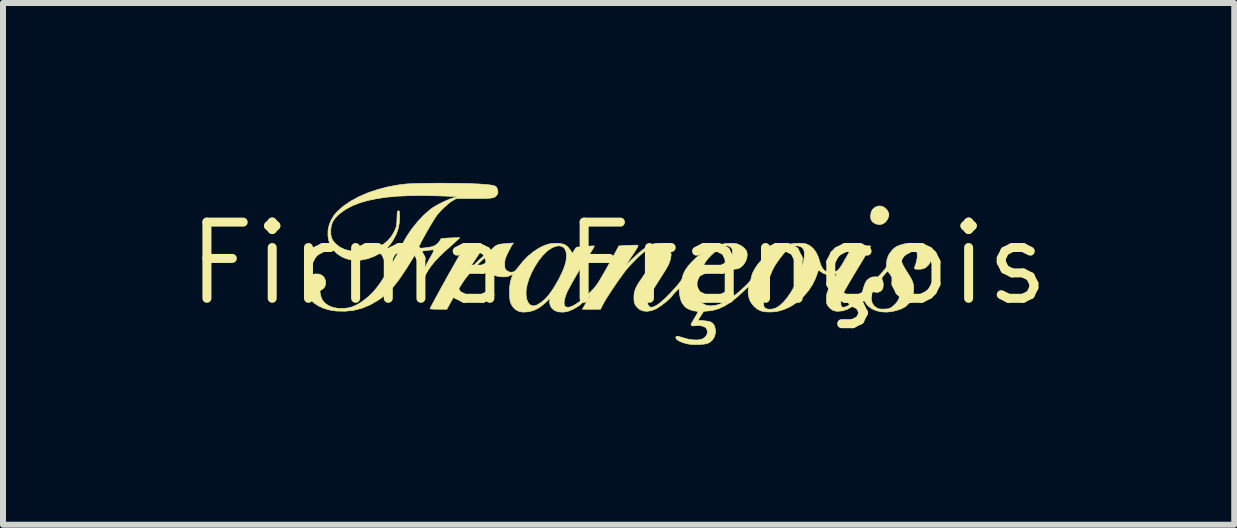
<source format=kicad_pcb>
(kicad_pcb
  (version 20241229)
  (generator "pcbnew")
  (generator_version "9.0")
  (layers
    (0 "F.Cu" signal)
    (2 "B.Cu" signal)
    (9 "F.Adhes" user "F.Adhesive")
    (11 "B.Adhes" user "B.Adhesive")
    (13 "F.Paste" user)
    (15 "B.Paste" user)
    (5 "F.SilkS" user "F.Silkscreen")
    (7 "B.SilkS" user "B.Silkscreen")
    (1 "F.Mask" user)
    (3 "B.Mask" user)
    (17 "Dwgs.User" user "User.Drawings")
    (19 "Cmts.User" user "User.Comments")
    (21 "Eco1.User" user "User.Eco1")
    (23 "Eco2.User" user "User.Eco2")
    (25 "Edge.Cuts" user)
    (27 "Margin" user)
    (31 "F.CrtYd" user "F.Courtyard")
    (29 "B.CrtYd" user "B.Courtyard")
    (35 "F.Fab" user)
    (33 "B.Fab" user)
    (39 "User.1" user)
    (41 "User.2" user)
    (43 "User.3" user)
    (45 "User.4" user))
  (footprint "Firma François"
    (layer "F.Cu")
    (at 7.264 1.344)
    (property "Reference" "Firma François" (at 0 0 0) (layer "F.SilkS") (effects (font (size 1.27 1.27) (thickness 0.15))))
    (attr through_hole)
    (fp_poly (pts (xy 4.388 -0.956) (xy 4.435 -0.933) (xy 4.477 -0.89) (xy 4.484 -0.879) (xy 4.504 -0.841) (xy 4.506 -0.802) (xy 4.493 -0.758) (xy 4.485 -0.741) (xy 4.45 -0.692) (xy 4.406 -0.661) (xy 4.356 -0.649) (xy 4.301 -0.657) (xy 4.28 -0.665) (xy 4.239 -0.69) (xy 4.214 -0.72) (xy 4.203 -0.762) (xy 4.202 -0.795) (xy 4.21 -0.855) (xy 4.235 -0.903) (xy 4.278 -0.939) (xy 4.286 -0.943) (xy 4.337 -0.96) (xy 4.388 -0.956)) (stroke (width 0.01) (type solid)) (fill yes) (layer "F.SilkS"))
    (fp_poly (pts (xy -2.805 -1.338) (xy -2.691 -1.337) (xy -2.583 -1.335) (xy -2.484 -1.333) (xy -2.396 -1.329) (xy -2.322 -1.326) (xy -2.302 -1.324) (xy -2.22 -1.318) (xy -2.156 -1.312) (xy -2.109 -1.305) (xy -2.075 -1.297) (xy -2.051 -1.286) (xy -2.036 -1.273) (xy -2.027 -1.255) (xy -2.022 -1.242) (xy -2.013 -1.203) (xy -2.013 -1.177) (xy -2.022 -1.154) (xy -2.033 -1.138) (xy -2.046 -1.124) (xy -2.06 -1.112) (xy -2.076 -1.103) (xy -2.099 -1.096) (xy -2.13 -1.091) (xy -2.172 -1.088) (xy -2.227 -1.086) (xy -2.298 -1.085) (xy -2.388 -1.085) (xy -2.408 -1.085) (xy -2.704 -1.085) (xy -2.761 -1.053) (xy -2.803 -1.026) (xy -2.853 -0.986) (xy -2.906 -0.938) (xy -2.958 -0.888) (xy -3.003 -0.838) (xy -3.024 -0.813) (xy -3.048 -0.778) (xy -3.08 -0.729) (xy -3.117 -0.669) (xy -3.157 -0.602) (xy -3.197 -0.532) (xy -3.236 -0.463) (xy -3.271 -0.399) (xy -3.296 -0.351) (xy -3.317 -0.309) (xy -3.33 -0.281) (xy -3.332 -0.264) (xy -3.322 -0.256) (xy -3.297 -0.255) (xy -3.255 -0.259) (xy -3.205 -0.264) (xy -3.151 -0.272) (xy -3.103 -0.283) (xy -3.072 -0.295) (xy -3.033 -0.321) (xy -2.998 -0.354) (xy -2.974 -0.389) (xy -2.969 -0.4) (xy -2.965 -0.408) (xy -2.955 -0.414) (xy -2.937 -0.418) (xy -2.906 -0.421) (xy -2.861 -0.424) (xy -2.808 -0.427) (xy -2.753 -0.429) (xy -2.706 -0.43) (xy -2.671 -0.431) (xy -2.652 -0.431) (xy -2.649 -0.43) (xy -2.656 -0.422) (xy -2.676 -0.403) (xy -2.707 -0.374) (xy -2.747 -0.338) (xy -2.793 -0.297) (xy -2.795 -0.295) (xy -2.9 -0.201) (xy -2.989 -0.116) (xy -3.063 -0.037) (xy -3.124 0.037) (xy -3.174 0.109) (xy -3.215 0.18) (xy -3.24 0.232) (xy -3.258 0.267) (xy -3.274 0.294) (xy -3.286 0.306) (xy -3.288 0.307) (xy -3.296 0.306) (xy -3.3 0.301) (xy -3.299 0.29) (xy -3.294 0.268) (xy -3.282 0.232) (xy -3.266 0.185) (xy -3.241 0.114) (xy -3.219 0.056) (xy -3.197 0.005) (xy -3.17 -0.047) (xy -3.137 -0.106) (xy -3.128 -0.122) (xy -3.1 -0.172) (xy -3.084 -0.207) (xy -3.081 -0.225) (xy -3.083 -0.228) (xy -3.098 -0.228) (xy -3.129 -0.226) (xy -3.173 -0.221) (xy -3.224 -0.215) (xy -3.23 -0.214) (xy -3.365 -0.196) (xy -3.443 -0.069) (xy -3.522 0.059) (xy -3.595 0.17) (xy -3.661 0.266) (xy -3.724 0.348) (xy -3.784 0.419) (xy -3.843 0.48) (xy -3.903 0.533) (xy -3.965 0.581) (xy -4.009 0.611) (xy -4.142 0.688) (xy -4.277 0.744) (xy -4.416 0.78) (xy -4.559 0.795) (xy -4.709 0.792) (xy -4.715 0.791) (xy -4.818 0.775) (xy -4.914 0.747) (xy -5.001 0.708) (xy -5.075 0.659) (xy -5.135 0.603) (xy -5.177 0.54) (xy -5.191 0.508) (xy -5.199 0.473) (xy -5.205 0.426) (xy -5.207 0.382) (xy -5.2 0.309) (xy -5.178 0.25) (xy -5.144 0.208) (xy -5.096 0.181) (xy -5.052 0.173) (xy -4.994 0.176) (xy -4.946 0.197) (xy -4.91 0.232) (xy -4.889 0.279) (xy -4.884 0.316) (xy -4.892 0.369) (xy -4.914 0.409) (xy -4.949 0.436) (xy -4.953 0.437) (xy -4.969 0.445) (xy -4.977 0.455) (xy -4.979 0.473) (xy -4.974 0.502) (xy -4.964 0.547) (xy -4.963 0.551) (xy -4.937 0.612) (xy -4.894 0.662) (xy -4.836 0.702) (xy -4.764 0.731) (xy -4.681 0.747) (xy -4.588 0.749) (xy -4.583 0.748) (xy -4.502 0.739) (xy -4.429 0.718) (xy -4.356 0.684) (xy -4.294 0.646) (xy -4.224 0.595) (xy -4.159 0.541) (xy -4.097 0.48) (xy -4.037 0.41) (xy -3.977 0.329) (xy -3.915 0.235) (xy -3.848 0.125) (xy -3.789 0.021) (xy -3.757 -0.035) (xy -3.728 -0.087) (xy -3.704 -0.13) (xy -3.686 -0.161) (xy -3.677 -0.177) (xy -3.669 -0.191) (xy -3.671 -0.198) (xy -3.686 -0.201) (xy -3.718 -0.201) (xy -3.72 -0.201) (xy -3.753 -0.202) (xy -3.771 -0.205) (xy -3.777 -0.214) (xy -3.778 -0.228) (xy -3.777 -0.242) (xy -3.77 -0.25) (xy -3.753 -0.253) (xy -3.721 -0.254) (xy -3.71 -0.254) (xy -3.641 -0.254) (xy -3.613 -0.31) (xy -3.537 -0.445) (xy -3.449 -0.575) (xy -3.352 -0.696) (xy -3.25 -0.805) (xy -3.145 -0.897) (xy -3.118 -0.918) (xy -3.067 -0.951) (xy -3.003 -0.987) (xy -2.932 -1.023) (xy -2.86 -1.056) (xy -2.794 -1.082) (xy -2.748 -1.097) (xy -2.676 -1.117) (xy -3.018 -1.129) (xy -3.259 -1.134) (xy -3.481 -1.132) (xy -3.685 -1.123) (xy -3.87 -1.106) (xy -4.038 -1.081) (xy -4.189 -1.049) (xy -4.325 -1.009) (xy -4.444 -0.961) (xy -4.549 -0.905) (xy -4.64 -0.84) (xy -4.673 -0.812) (xy -4.729 -0.754) (xy -4.767 -0.698) (xy -4.789 -0.638) (xy -4.799 -0.568) (xy -4.799 -0.54) (xy -4.797 -0.478) (xy -4.787 -0.43) (xy -4.767 -0.388) (xy -4.735 -0.347) (xy -4.717 -0.329) (xy -4.648 -0.274) (xy -4.565 -0.234) (xy -4.467 -0.21) (xy -4.357 -0.202) (xy -4.234 -0.21) (xy -4.216 -0.212) (xy -4.098 -0.237) (xy -3.994 -0.278) (xy -3.922 -0.321) (xy -3.853 -0.377) (xy -3.799 -0.436) (xy -3.755 -0.506) (xy -3.738 -0.539) (xy -3.722 -0.574) (xy -3.711 -0.603) (xy -3.704 -0.631) (xy -3.699 -0.665) (xy -3.697 -0.71) (xy -3.695 -0.748) (xy -3.693 -0.803) (xy -3.691 -0.84) (xy -3.688 -0.862) (xy -3.683 -0.874) (xy -3.676 -0.878) (xy -3.671 -0.878) (xy -3.662 -0.877) (xy -3.656 -0.869) (xy -3.653 -0.851) (xy -3.652 -0.819) (xy -3.651 -0.775) (xy -3.657 -0.676) (xy -3.673 -0.588) (xy -3.701 -0.504) (xy -3.719 -0.466) (xy -3.76 -0.39) (xy -3.8 -0.33) (xy -3.845 -0.278) (xy -3.874 -0.25) (xy -3.968 -0.178) (xy -4.073 -0.121) (xy -4.183 -0.08) (xy -4.294 -0.058) (xy -4.323 -0.056) (xy -4.412 -0.055) (xy -4.49 -0.066) (xy -4.565 -0.09) (xy -4.613 -0.112) (xy -4.691 -0.162) (xy -4.753 -0.224) (xy -4.8 -0.296) (xy -4.831 -0.376) (xy -4.846 -0.461) (xy -4.845 -0.55) (xy -4.827 -0.638) (xy -4.792 -0.725) (xy -4.741 -0.808) (xy -4.69 -0.867) (xy -4.588 -0.957) (xy -4.468 -1.039) (xy -4.332 -1.113) (xy -4.183 -1.178) (xy -4.021 -1.233) (xy -3.849 -1.278) (xy -3.669 -1.311) (xy -3.556 -1.325) (xy -3.505 -1.329) (xy -3.436 -1.332) (xy -3.352 -1.335) (xy -3.255 -1.337) (xy -3.149 -1.338) (xy -3.037 -1.339) (xy -2.921 -1.339) (xy -2.805 -1.338)) (stroke (width 0.01) (type solid)) (fill yes) (layer "F.SilkS"))
    (fp_poly (pts (xy -1.776 -0.31) (xy -1.79 -0.287) (xy -1.81 -0.25) (xy -1.833 -0.206) (xy -1.849 -0.175) (xy -1.871 -0.126) (xy -1.886 -0.09) (xy -1.894 -0.06) (xy -1.898 -0.029) (xy -1.899 0.006) (xy -1.899 0.048) (xy -1.895 0.075) (xy -1.887 0.094) (xy -1.874 0.11) (xy -1.837 0.136) (xy -1.793 0.146) (xy -1.749 0.139) (xy -1.748 0.138) (xy -1.726 0.123) (xy -1.7 0.096) (xy -1.675 0.065) (xy -1.599 -0.031) (xy -1.515 -0.118) (xy -1.424 -0.193) (xy -1.331 -0.255) (xy -1.239 -0.301) (xy -1.153 -0.328) (xy -1.112 -0.334) (xy -1.061 -0.337) (xy -1.011 -0.337) (xy -1.009 -0.337) (xy -0.942 -0.329) (xy -0.889 -0.31) (xy -0.846 -0.277) (xy -0.806 -0.226) (xy -0.804 -0.223) (xy -0.769 -0.169) (xy -0.739 -0.222) (xy -0.717 -0.256) (xy -0.698 -0.272) (xy -0.685 -0.275) (xy -0.665 -0.276) (xy -0.63 -0.279) (xy -0.584 -0.282) (xy -0.536 -0.286) (xy -0.487 -0.29) (xy -0.446 -0.293) (xy -0.417 -0.294) (xy -0.405 -0.293) (xy -0.408 -0.282) (xy -0.422 -0.256) (xy -0.445 -0.218) (xy -0.475 -0.17) (xy -0.511 -0.115) (xy -0.546 -0.064) (xy -0.577 -0.015) (xy -0.615 0.045) (xy -0.656 0.113) (xy -0.699 0.185) (xy -0.742 0.259) (xy -0.782 0.329) (xy -0.817 0.394) (xy -0.845 0.447) (xy -0.865 0.487) (xy -0.866 0.49) (xy -0.889 0.553) (xy -0.904 0.611) (xy -0.909 0.659) (xy -0.904 0.696) (xy -0.895 0.712) (xy -0.864 0.729) (xy -0.822 0.728) (xy -0.77 0.71) (xy -0.708 0.675) (xy -0.637 0.624) (xy -0.557 0.557) (xy -0.495 0.499) (xy -0.449 0.454) (xy -0.413 0.416) (xy -0.383 0.38) (xy -0.355 0.341) (xy -0.324 0.294) (xy -0.288 0.234) (xy -0.287 0.232) (xy -0.251 0.169) (xy -0.208 0.095) (xy -0.164 0.015) (xy -0.121 -0.062) (xy -0.095 -0.109) (xy 0.005 -0.294) (xy 0.154 -0.302) (xy 0.209 -0.304) (xy 0.258 -0.306) (xy 0.296 -0.306) (xy 0.318 -0.306) (xy 0.321 -0.305) (xy 0.325 -0.301) (xy 0.322 -0.288) (xy 0.311 -0.266) (xy 0.291 -0.232) (xy 0.26 -0.184) (xy 0.226 -0.132) (xy 0.113 0.037) (xy 0.24 -0.086) (xy 0.321 -0.162) (xy 0.393 -0.222) (xy 0.456 -0.269) (xy 0.514 -0.302) (xy 0.57 -0.324) (xy 0.624 -0.336) (xy 0.675 -0.339) (xy 0.735 -0.334) (xy 0.781 -0.317) (xy 0.818 -0.287) (xy 0.842 -0.255) (xy 0.868 -0.202) (xy 0.876 -0.145) (xy 0.866 -0.08) (xy 0.863 -0.068) (xy 0.853 -0.037) (xy 0.843 -0.009) (xy 0.83 0.021) (xy 0.813 0.054) (xy 0.79 0.094) (xy 0.76 0.143) (xy 0.721 0.205) (xy 0.682 0.266) (xy 0.627 0.352) (xy 0.583 0.423) (xy 0.548 0.48) (xy 0.522 0.526) (xy 0.504 0.563) (xy 0.492 0.592) (xy 0.485 0.617) (xy 0.483 0.638) (xy 0.483 0.64) (xy 0.489 0.683) (xy 0.507 0.714) (xy 0.536 0.729) (xy 0.547 0.73) (xy 0.588 0.721) (xy 0.639 0.694) (xy 0.701 0.648) (xy 0.772 0.585) (xy 0.853 0.504) (xy 0.944 0.405) (xy 0.977 0.367) (xy 1.014 0.323) (xy 1.038 0.29) (xy 1.054 0.263) (xy 1.062 0.239) (xy 1.064 0.227) (xy 1.082 0.169) (xy 1.116 0.105) (xy 1.164 0.037) (xy 1.225 -0.031) (xy 1.294 -0.098) (xy 1.37 -0.159) (xy 1.451 -0.214) (xy 1.513 -0.249) (xy 1.607 -0.291) (xy 1.695 -0.318) (xy 1.786 -0.333) (xy 1.827 -0.336) (xy 1.885 -0.338) (xy 1.929 -0.336) (xy 1.965 -0.33) (xy 1.987 -0.324) (xy 2.038 -0.3) (xy 2.084 -0.267) (xy 2.119 -0.23) (xy 2.138 -0.195) (xy 2.145 -0.142) (xy 2.136 -0.084) (xy 2.113 -0.027) (xy 2.078 0.024) (xy 2.034 0.064) (xy 2.003 0.081) (xy 1.978 0.088) (xy 1.943 0.093) (xy 1.907 0.095) (xy 1.874 0.094) (xy 1.85 0.091) (xy 1.841 0.085) (xy 1.845 0.071) (xy 1.853 0.042) (xy 1.864 0.004) (xy 1.87 -0.013) (xy 1.889 -0.089) (xy 1.898 -0.16) (xy 1.899 -0.171) (xy 1.898 -0.211) (xy 1.894 -0.238) (xy 1.884 -0.257) (xy 1.874 -0.269) (xy 1.84 -0.291) (xy 1.796 -0.296) (xy 1.744 -0.283) (xy 1.686 -0.254) (xy 1.622 -0.209) (xy 1.555 -0.149) (xy 1.545 -0.14) (xy 1.502 -0.095) (xy 1.469 -0.056) (xy 1.443 -0.018) (xy 1.417 0.028) (xy 1.399 0.064) (xy 1.349 0.174) (xy 1.314 0.272) (xy 1.293 0.358) (xy 1.287 0.435) (xy 1.294 0.503) (xy 1.312 0.559) (xy 1.349 0.62) (xy 1.397 0.665) (xy 1.456 0.694) (xy 1.525 0.706) (xy 1.6 0.701) (xy 1.683 0.68) (xy 1.77 0.642) (xy 1.861 0.588) (xy 1.91 0.553) (xy 1.952 0.519) (xy 2.003 0.476) (xy 2.055 0.43) (xy 2.099 0.39) (xy 2.14 0.35) (xy 2.169 0.32) (xy 2.188 0.298) (xy 2.2 0.278) (xy 2.207 0.258) (xy 2.212 0.233) (xy 2.213 0.228) (xy 2.233 0.162) (xy 2.269 0.091) (xy 2.319 0.017) (xy 2.381 -0.055) (xy 2.451 -0.122) (xy 2.464 -0.133) (xy 2.524 -0.176) (xy 2.597 -0.22) (xy 2.677 -0.26) (xy 2.757 -0.294) (xy 2.826 -0.317) (xy 2.886 -0.329) (xy 2.954 -0.337) (xy 3.022 -0.339) (xy 3.083 -0.335) (xy 3.124 -0.328) (xy 3.186 -0.3) (xy 3.241 -0.254) (xy 3.289 -0.192) (xy 3.326 -0.116) (xy 3.344 -0.062) (xy 3.368 0.016) (xy 3.396 0.074) (xy 3.429 0.114) (xy 3.468 0.137) (xy 3.515 0.146) (xy 3.55 0.145) (xy 3.585 0.141) (xy 3.614 0.134) (xy 3.639 0.123) (xy 3.662 0.105) (xy 3.685 0.078) (xy 3.712 0.04) (xy 3.744 -0.012) (xy 3.783 -0.081) (xy 3.789 -0.091) (xy 3.9 -0.286) (xy 3.948 -0.286) (xy 3.98 -0.287) (xy 4.025 -0.288) (xy 4.076 -0.291) (xy 4.098 -0.293) (xy 4.151 -0.295) (xy 4.184 -0.295) (xy 4.2 -0.291) (xy 4.202 -0.288) (xy 4.196 -0.276) (xy 4.181 -0.249) (xy 4.158 -0.208) (xy 4.127 -0.154) (xy 4.09 -0.092) (xy 4.048 -0.021) (xy 4.002 0.055) (xy 4.002 0.055) (xy 3.937 0.162) (xy 3.883 0.253) (xy 3.838 0.329) (xy 3.802 0.392) (xy 3.773 0.444) (xy 3.751 0.487) (xy 3.734 0.522) (xy 3.722 0.551) (xy 3.714 0.576) (xy 3.709 0.599) (xy 3.707 0.621) (xy 3.706 0.63) (xy 3.706 0.679) (xy 3.713 0.711) (xy 3.73 0.727) (xy 3.749 0.73) (xy 3.781 0.723) (xy 3.822 0.705) (xy 3.868 0.678) (xy 3.917 0.644) (xy 3.964 0.608) (xy 4.006 0.571) (xy 4.008 0.569) (xy 4.213 0.569) (xy 4.214 0.597) (xy 4.228 0.658) (xy 4.26 0.706) (xy 4.306 0.741) (xy 4.331 0.752) (xy 4.361 0.758) (xy 4.4 0.76) (xy 4.43 0.759) (xy 4.474 0.757) (xy 4.504 0.753) (xy 4.527 0.744) (xy 4.553 0.728) (xy 4.573 0.713) (xy 4.624 0.666) (xy 4.662 0.611) (xy 4.686 0.554) (xy 4.691 0.515) (xy 4.685 0.471) (xy 4.669 0.419) (xy 4.663 0.407) (xy 4.648 0.377) (xy 4.626 0.338) (xy 4.6 0.295) (xy 4.572 0.249) (xy 4.544 0.206) (xy 4.519 0.169) (xy 4.5 0.142) (xy 4.487 0.128) (xy 4.485 0.127) (xy 4.475 0.135) (xy 4.456 0.155) (xy 4.432 0.183) (xy 4.43 0.186) (xy 4.405 0.217) (xy 4.392 0.237) (xy 4.389 0.252) (xy 4.393 0.266) (xy 4.398 0.275) (xy 4.409 0.311) (xy 4.413 0.355) (xy 4.409 0.397) (xy 4.398 0.429) (xy 4.397 0.432) (xy 4.362 0.466) (xy 4.318 0.481) (xy 4.268 0.476) (xy 4.251 0.47) (xy 4.237 0.474) (xy 4.225 0.495) (xy 4.217 0.528) (xy 4.213 0.569) (xy 4.008 0.569) (xy 4.039 0.536) (xy 4.06 0.506) (xy 4.065 0.489) (xy 4.068 0.466) (xy 4.077 0.429) (xy 4.09 0.387) (xy 4.094 0.376) (xy 4.11 0.331) (xy 4.125 0.301) (xy 4.142 0.279) (xy 4.166 0.258) (xy 4.168 0.257) (xy 4.201 0.235) (xy 4.231 0.225) (xy 4.269 0.222) (xy 4.327 0.222) (xy 4.396 0.146) (xy 4.428 0.11) (xy 4.449 0.084) (xy 4.46 0.064) (xy 4.465 0.044) (xy 4.466 0.019) (xy 4.466 0.008) (xy 4.476 -0.074) (xy 4.507 -0.15) (xy 4.557 -0.218) (xy 4.567 -0.229) (xy 4.598 -0.258) (xy 4.626 -0.278) (xy 4.659 -0.294) (xy 4.705 -0.31) (xy 4.713 -0.313) (xy 4.76 -0.326) (xy 4.799 -0.334) (xy 4.838 -0.338) (xy 4.885 -0.338) (xy 4.913 -0.337) (xy 4.965 -0.335) (xy 5.002 -0.331) (xy 5.03 -0.324) (xy 5.056 -0.313) (xy 5.08 -0.3) (xy 5.137 -0.262) (xy 5.175 -0.22) (xy 5.197 -0.172) (xy 5.205 -0.127) (xy 5.207 -0.075) (xy 5.201 -0.037) (xy 5.187 -0.005) (xy 5.163 0.027) (xy 5.126 0.063) (xy 5.087 0.084) (xy 5.04 0.094) (xy 5.001 0.095) (xy 4.962 0.094) (xy 4.941 0.09) (xy 4.934 0.076) (xy 4.939 0.051) (xy 4.952 0.016) (xy 4.965 -0.026) (xy 4.975 -0.075) (xy 4.979 -0.101) (xy 4.979 -0.164) (xy 4.966 -0.217) (xy 4.941 -0.258) (xy 4.907 -0.285) (xy 4.866 -0.296) (xy 4.82 -0.29) (xy 4.787 -0.274) (xy 4.746 -0.237) (xy 4.721 -0.185) (xy 4.71 -0.118) (xy 4.71 -0.102) (xy 4.711 -0.068) (xy 4.717 -0.035) (xy 4.73 0.001) (xy 4.75 0.041) (xy 4.779 0.092) (xy 4.819 0.155) (xy 4.821 0.158) (xy 4.861 0.222) (xy 4.889 0.275) (xy 4.907 0.321) (xy 4.918 0.365) (xy 4.921 0.41) (xy 4.921 0.419) (xy 4.913 0.51) (xy 4.887 0.59) (xy 4.845 0.659) (xy 4.789 0.714) (xy 4.718 0.754) (xy 4.717 0.754) (xy 4.671 0.77) (xy 4.616 0.787) (xy 4.563 0.799) (xy 4.563 0.799) (xy 4.47 0.81) (xy 4.38 0.805) (xy 4.295 0.786) (xy 4.22 0.752) (xy 4.161 0.707) (xy 4.133 0.675) (xy 4.108 0.638) (xy 4.091 0.602) (xy 4.085 0.577) (xy 4.078 0.576) (xy 4.057 0.589) (xy 4.025 0.614) (xy 3.994 0.641) (xy 3.905 0.711) (xy 3.819 0.76) (xy 3.736 0.789) (xy 3.655 0.796) (xy 3.624 0.794) (xy 3.573 0.78) (xy 3.531 0.751) (xy 3.496 0.713) (xy 3.481 0.691) (xy 3.472 0.67) (xy 3.467 0.643) (xy 3.466 0.604) (xy 3.466 0.588) (xy 3.467 0.548) (xy 3.47 0.517) (xy 3.477 0.488) (xy 3.49 0.455) (xy 3.51 0.411) (xy 3.516 0.399) (xy 3.541 0.348) (xy 3.568 0.296) (xy 3.593 0.251) (xy 3.603 0.232) (xy 3.622 0.2) (xy 3.635 0.175) (xy 3.641 0.164) (xy 3.641 0.164) (xy 3.632 0.165) (xy 3.611 0.172) (xy 3.604 0.175) (xy 3.541 0.19) (xy 3.476 0.186) (xy 3.413 0.163) (xy 3.368 0.133) (xy 3.346 0.116) (xy 3.335 0.112) (xy 3.329 0.119) (xy 3.328 0.123) (xy 3.283 0.247) (xy 3.23 0.355) (xy 3.165 0.453) (xy 3.086 0.544) (xy 3.074 0.557) (xy 2.973 0.647) (xy 2.866 0.717) (xy 2.751 0.768) (xy 2.661 0.794) (xy 2.6 0.804) (xy 2.531 0.808) (xy 2.462 0.806) (xy 2.402 0.797) (xy 2.371 0.789) (xy 2.314 0.76) (xy 2.26 0.715) (xy 2.214 0.659) (xy 2.192 0.621) (xy 2.186 0.606) (xy 2.414 0.606) (xy 2.415 0.646) (xy 2.418 0.688) (xy 2.424 0.715) (xy 2.434 0.732) (xy 2.444 0.742) (xy 2.478 0.758) (xy 2.523 0.763) (xy 2.574 0.757) (xy 2.624 0.741) (xy 2.633 0.737) (xy 2.691 0.698) (xy 2.752 0.641) (xy 2.812 0.569) (xy 2.871 0.484) (xy 2.927 0.389) (xy 2.977 0.288) (xy 3.021 0.183) (xy 3.056 0.076) (xy 3.063 0.05) (xy 3.084 -0.04) (xy 3.096 -0.113) (xy 3.099 -0.171) (xy 3.092 -0.216) (xy 3.076 -0.249) (xy 3.049 -0.274) (xy 3.038 -0.28) (xy 2.987 -0.295) (xy 2.931 -0.291) (xy 2.873 -0.27) (xy 2.816 -0.231) (xy 2.789 -0.206) (xy 2.742 -0.154) (xy 2.693 -0.092) (xy 2.646 -0.027) (xy 2.605 0.035) (xy 2.578 0.083) (xy 2.555 0.133) (xy 2.53 0.193) (xy 2.503 0.261) (xy 2.477 0.33) (xy 2.455 0.396) (xy 2.436 0.453) (xy 2.425 0.498) (xy 2.423 0.505) (xy 2.417 0.551) (xy 2.414 0.606) (xy 2.186 0.606) (xy 2.174 0.573) (xy 2.164 0.517) (xy 2.16 0.461) (xy 2.165 0.413) (xy 2.168 0.401) (xy 2.172 0.388) (xy 2.169 0.385) (xy 2.158 0.391) (xy 2.137 0.409) (xy 2.104 0.44) (xy 2.082 0.462) (xy 1.972 0.562) (xy 1.867 0.644) (xy 1.767 0.707) (xy 1.67 0.752) (xy 1.574 0.78) (xy 1.5 0.79) (xy 1.418 0.797) (xy 1.37 0.872) (xy 1.322 0.947) (xy 1.415 0.953) (xy 1.484 0.961) (xy 1.535 0.975) (xy 1.571 0.998) (xy 1.595 1.031) (xy 1.609 1.077) (xy 1.614 1.102) (xy 1.614 1.165) (xy 1.596 1.224) (xy 1.563 1.276) (xy 1.518 1.315) (xy 1.476 1.334) (xy 1.434 1.342) (xy 1.378 1.348) (xy 1.315 1.35) (xy 1.25 1.35) (xy 1.191 1.346) (xy 1.145 1.339) (xy 1.087 1.323) (xy 1.035 1.304) (xy 0.993 1.282) (xy 0.966 1.262) (xy 0.958 1.249) (xy 0.954 1.227) (xy 0.961 1.216) (xy 0.98 1.213) (xy 1.015 1.219) (xy 1.066 1.235) (xy 1.076 1.238) (xy 1.16 1.261) (xy 1.242 1.273) (xy 1.317 1.274) (xy 1.38 1.264) (xy 1.389 1.261) (xy 1.432 1.237) (xy 1.463 1.203) (xy 1.48 1.163) (xy 1.48 1.121) (xy 1.464 1.082) (xy 1.458 1.075) (xy 1.429 1.054) (xy 1.386 1.04) (xy 1.336 1.033) (xy 1.287 1.035) (xy 1.274 1.037) (xy 1.24 1.04) (xy 1.216 1.033) (xy 1.206 1.017) (xy 1.212 1.005) (xy 1.226 0.979) (xy 1.246 0.944) (xy 1.265 0.913) (xy 1.289 0.872) (xy 1.308 0.838) (xy 1.32 0.814) (xy 1.323 0.805) (xy 1.314 0.797) (xy 1.293 0.794) (xy 1.244 0.787) (xy 1.19 0.77) (xy 1.141 0.746) (xy 1.116 0.728) (xy 1.088 0.698) (xy 1.062 0.66) (xy 1.052 0.644) (xy 1.038 0.608) (xy 1.026 0.563) (xy 1.016 0.514) (xy 1.011 0.469) (xy 1.01 0.432) (xy 1.013 0.416) (xy 1.009 0.415) (xy 0.995 0.427) (xy 0.973 0.448) (xy 0.948 0.474) (xy 0.923 0.5) (xy 0.902 0.525) (xy 0.888 0.544) (xy 0.886 0.547) (xy 0.868 0.568) (xy 0.837 0.597) (xy 0.797 0.632) (xy 0.752 0.668) (xy 0.705 0.703) (xy 0.662 0.732) (xy 0.626 0.754) (xy 0.62 0.757) (xy 0.544 0.786) (xy 0.472 0.797) (xy 0.407 0.79) (xy 0.349 0.765) (xy 0.302 0.723) (xy 0.291 0.708) (xy 0.273 0.68) (xy 0.263 0.651) (xy 0.257 0.613) (xy 0.256 0.586) (xy 0.257 0.521) (xy 0.268 0.461) (xy 0.291 0.4) (xy 0.328 0.333) (xy 0.352 0.298) (xy 0.424 0.192) (xy 0.485 0.1) (xy 0.536 0.022) (xy 0.576 -0.041) (xy 0.604 -0.088) (xy 0.62 -0.118) (xy 0.623 -0.126) (xy 0.635 -0.179) (xy 0.631 -0.22) (xy 0.612 -0.247) (xy 0.609 -0.25) (xy 0.575 -0.261) (xy 0.535 -0.257) (xy 0.486 -0.235) (xy 0.448 -0.212) (xy 0.416 -0.188) (xy 0.375 -0.152) (xy 0.326 -0.107) (xy 0.275 -0.056) (xy 0.224 -0.004) (xy 0.176 0.047) (xy 0.136 0.092) (xy 0.125 0.106) (xy 0.092 0.149) (xy 0.051 0.205) (xy 0.005 0.269) (xy -0.043 0.338) (xy -0.091 0.409) (xy -0.137 0.479) (xy -0.179 0.543) (xy -0.215 0.599) (xy -0.241 0.644) (xy -0.251 0.663) (xy -0.302 0.762) (xy -0.453 0.762) (xy -0.604 0.762) (xy -0.575 0.712) (xy -0.554 0.676) (xy -0.528 0.632) (xy -0.505 0.593) (xy -0.463 0.525) (xy -0.566 0.622) (xy -0.659 0.701) (xy -0.75 0.758) (xy -0.838 0.795) (xy -0.924 0.811) (xy -1.007 0.805) (xy -1.011 0.804) (xy -1.066 0.784) (xy -1.109 0.749) (xy -1.138 0.704) (xy -1.151 0.653) (xy -1.148 0.611) (xy -1.14 0.577) (xy -1.203 0.636) (xy -1.272 0.696) (xy -1.335 0.742) (xy -1.397 0.774) (xy -1.462 0.795) (xy -1.513 0.805) (xy -1.593 0.81) (xy -1.661 0.798) (xy -1.718 0.768) (xy -1.764 0.72) (xy -1.786 0.685) (xy -1.798 0.658) (xy -1.807 0.633) (xy -1.812 0.604) (xy -1.816 0.565) (xy -1.818 0.511) (xy -1.818 0.503) (xy -1.818 0.462) (xy -1.543 0.462) (xy -1.542 0.537) (xy -1.53 0.601) (xy -1.508 0.651) (xy -1.479 0.686) (xy -1.442 0.704) (xy -1.399 0.705) (xy -1.362 0.692) (xy -1.29 0.648) (xy -1.224 0.591) (xy -1.16 0.519) (xy -1.096 0.429) (xy -1.068 0.384) (xy -0.996 0.259) (xy -0.941 0.147) (xy -0.901 0.048) (xy -0.877 -0.04) (xy -0.868 -0.118) (xy -0.874 -0.185) (xy -0.885 -0.222) (xy -0.911 -0.263) (xy -0.948 -0.287) (xy -0.995 -0.296) (xy -1.048 -0.288) (xy -1.106 -0.265) (xy -1.167 -0.226) (xy -1.2 -0.2) (xy -1.269 -0.13) (xy -1.336 -0.045) (xy -1.396 0.05) (xy -1.45 0.15) (xy -1.493 0.251) (xy -1.524 0.35) (xy -1.541 0.441) (xy -1.543 0.462) (xy -1.818 0.462) (xy -1.817 0.397) (xy -1.805 0.309) (xy -1.783 0.235) (xy -1.772 0.209) (xy -1.762 0.189) (xy -1.76 0.18) (xy -1.761 0.18) (xy -1.772 0.184) (xy -1.796 0.194) (xy -1.815 0.202) (xy -1.846 0.214) (xy -1.877 0.22) (xy -1.915 0.222) (xy -1.954 0.22) (xy -2.026 0.211) (xy -2.081 0.19) (xy -2.122 0.155) (xy -2.148 0.106) (xy -2.164 0.04) (xy -2.165 0.025) (xy -2.167 -0.022) (xy -2.165 -0.071) (xy -2.162 -0.092) (xy -2.151 -0.148) (xy -2.181 -0.13) (xy -2.228 -0.097) (xy -2.284 -0.05) (xy -2.345 0.009) (xy -2.409 0.076) (xy -2.473 0.149) (xy -2.534 0.224) (xy -2.548 0.242) (xy -2.576 0.281) (xy -2.611 0.334) (xy -2.651 0.397) (xy -2.694 0.465) (xy -2.736 0.535) (xy -2.776 0.603) (xy -2.81 0.663) (xy -2.832 0.703) (xy -2.863 0.762) (xy -3.003 0.762) (xy -3.055 0.761) (xy -3.098 0.76) (xy -3.128 0.757) (xy -3.143 0.754) (xy -3.143 0.753) (xy -3.138 0.741) (xy -3.124 0.713) (xy -3.102 0.67) (xy -3.072 0.615) (xy -3.037 0.55) (xy -2.997 0.477) (xy -2.954 0.398) (xy -2.908 0.315) (xy -2.861 0.23) (xy -2.836 0.185) (xy -2.561 0.185) (xy -2.556 0.191) (xy -2.551 0.185) (xy -2.556 0.18) (xy -2.561 0.185) (xy -2.836 0.185) (xy -2.813 0.145) (xy -2.767 0.063) (xy -2.722 -0.015) (xy -2.707 -0.042) (xy -2.565 -0.291) (xy -2.465 -0.299) (xy -2.411 -0.302) (xy -2.356 -0.304) (xy -2.31 -0.305) (xy -2.299 -0.304) (xy -2.233 -0.302) (xy -2.388 -0.07) (xy -2.543 0.163) (xy -2.417 0.032) (xy -2.368 -0.017) (xy -2.318 -0.066) (xy -2.27 -0.109) (xy -2.229 -0.144) (xy -2.212 -0.157) (xy -2.17 -0.189) (xy -2.13 -0.223) (xy -2.097 -0.253) (xy -2.09 -0.26) (xy -2.064 -0.285) (xy -2.036 -0.303) (xy -2.003 -0.316) (xy -1.959 -0.325) (xy -1.901 -0.331) (xy -1.858 -0.335) (xy -1.753 -0.342) (xy -1.776 -0.31)) (stroke (width 0.01) (type solid)) (fill yes) (layer "F.SilkS")))
  (gr_rect
    (start -3 -3)
    (end 17.529 5.699)
    (stroke (width 0.1) (type default))
    (fill no)
    (layer "Edge.Cuts")))
</source>
